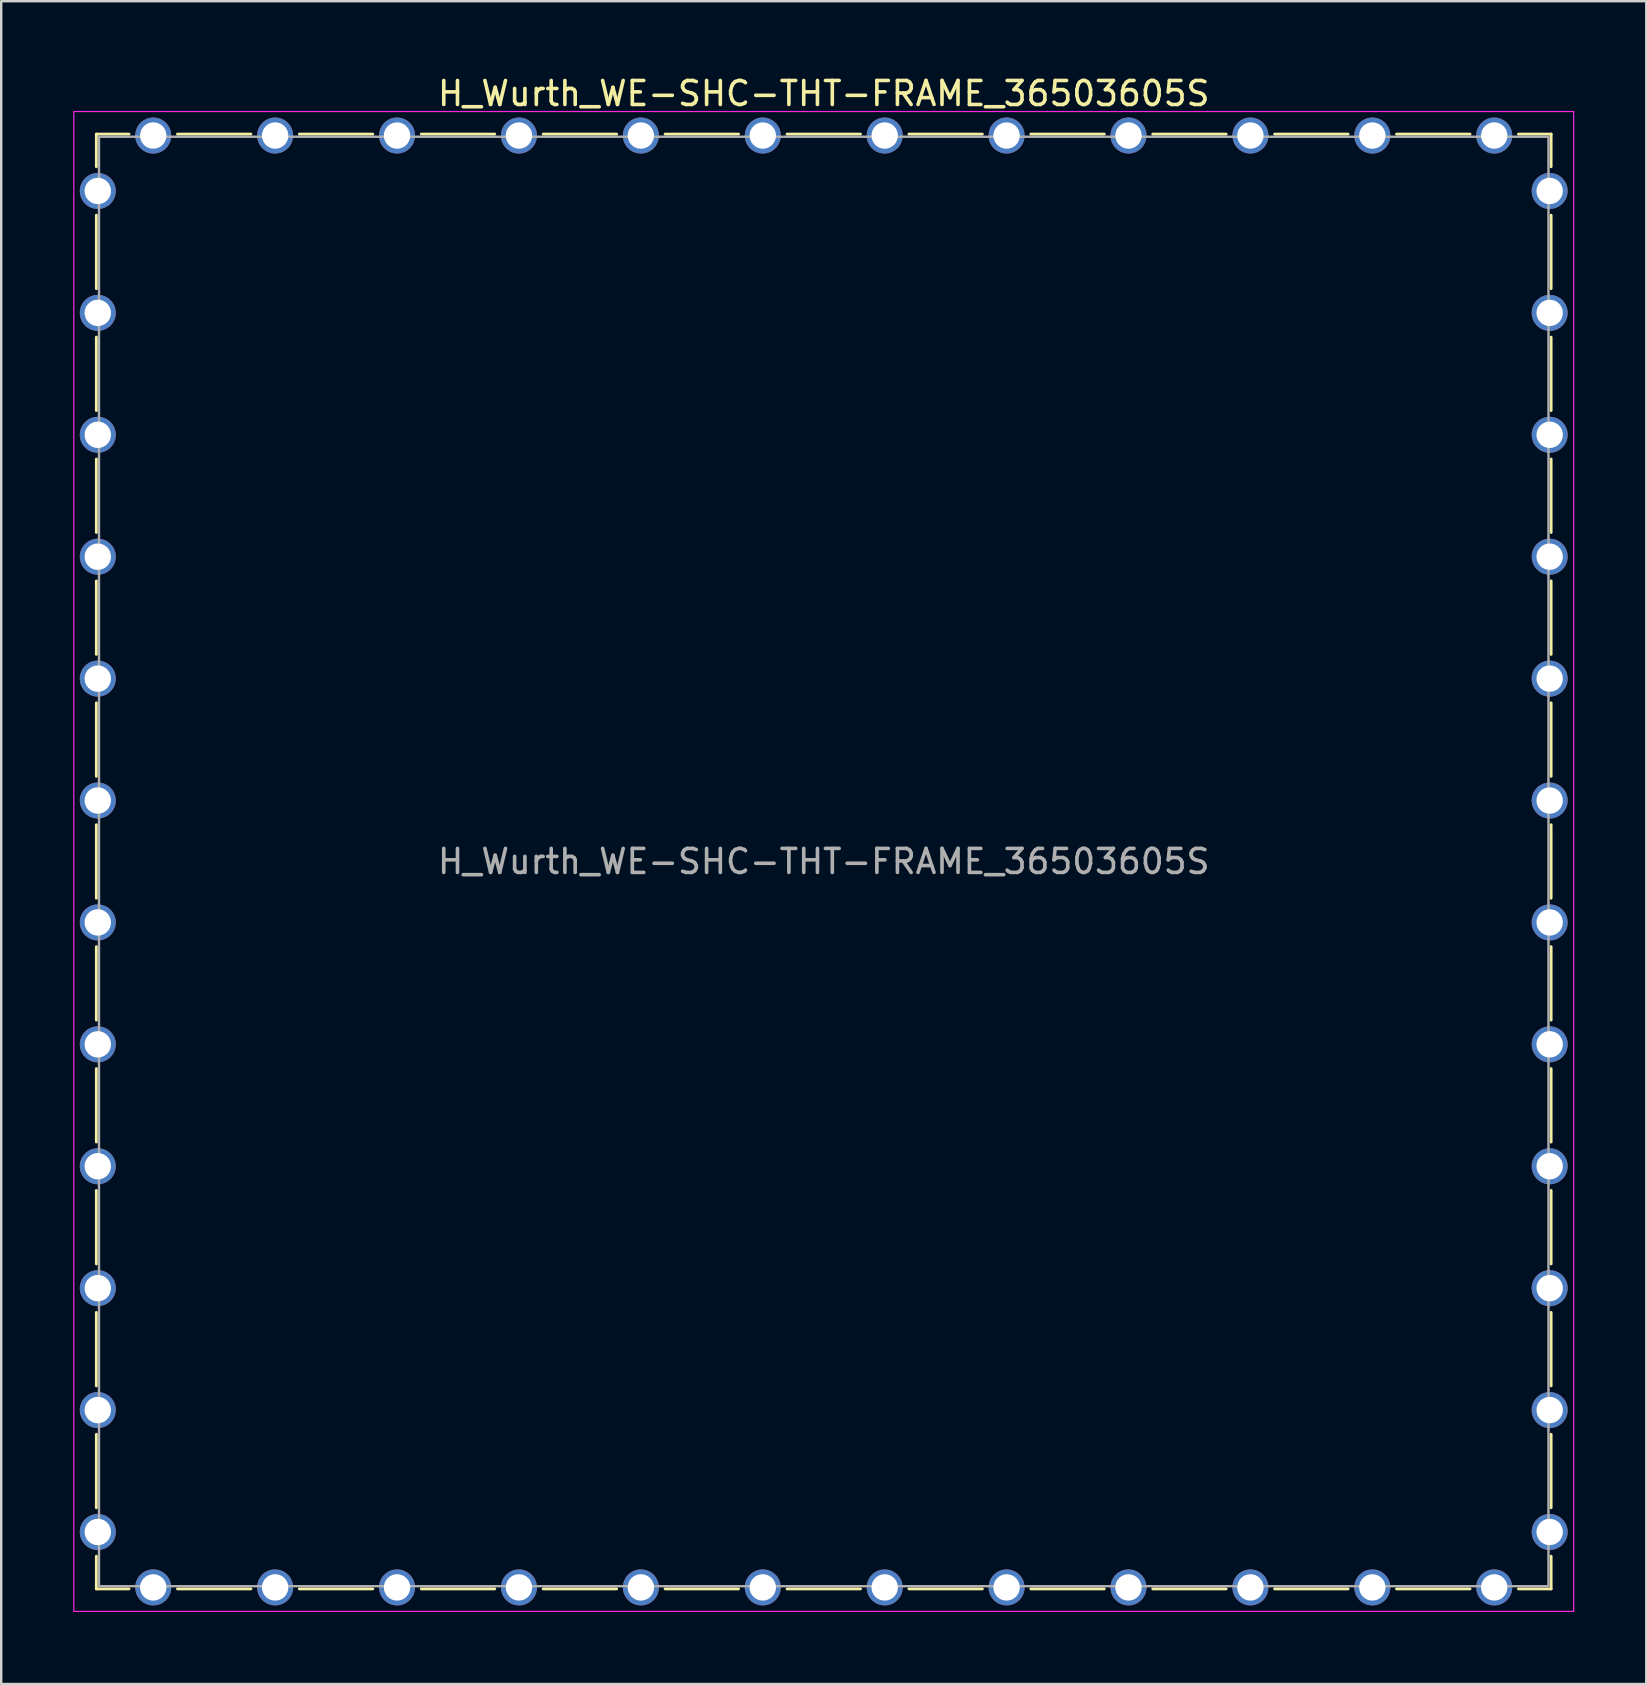
<source format=kicad_pcb>
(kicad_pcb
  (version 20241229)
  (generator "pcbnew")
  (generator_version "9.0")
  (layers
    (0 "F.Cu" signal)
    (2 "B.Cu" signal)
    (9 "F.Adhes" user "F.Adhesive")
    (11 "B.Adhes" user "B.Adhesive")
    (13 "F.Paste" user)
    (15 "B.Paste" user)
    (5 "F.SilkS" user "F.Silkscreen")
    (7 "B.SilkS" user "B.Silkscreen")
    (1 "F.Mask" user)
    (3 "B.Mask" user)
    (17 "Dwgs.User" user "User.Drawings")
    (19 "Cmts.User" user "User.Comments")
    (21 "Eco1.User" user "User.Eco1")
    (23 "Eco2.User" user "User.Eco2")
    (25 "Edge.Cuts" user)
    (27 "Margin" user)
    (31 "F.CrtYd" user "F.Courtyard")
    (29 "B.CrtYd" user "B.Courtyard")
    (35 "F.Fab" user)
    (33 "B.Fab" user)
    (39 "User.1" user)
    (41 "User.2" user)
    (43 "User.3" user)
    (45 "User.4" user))
  (footprint "H_Wurth_WE-SHC-THT-FRAME_36503605S"
    (layer "F.Cu")
    (at 31.275 32.848)
    (property "Reference" "H_Wurth_WE-SHC-THT-FRAME_36503605S" (at 0 -32 0) (unlocked yes) (layer "F.SilkS") (effects (font (size 1 1) (thickness 0.15))))
    (attr smd)
    (fp_line (start -30.31 -30.31) (end -30.31 -28.95) (stroke (width 0.12) (type default)) (layer "F.SilkS"))
    (fp_line (start -30.31 -23.87) (end -30.31 -26.93) (stroke (width 0.12) (type default)) (layer "F.SilkS"))
    (fp_line (start -30.31 -18.79) (end -30.31 -21.85) (stroke (width 0.12) (type default)) (layer "F.SilkS"))
    (fp_line (start -30.31 -13.71) (end -30.31 -16.77) (stroke (width 0.12) (type default)) (layer "F.SilkS"))
    (fp_line (start -30.31 -8.63) (end -30.31 -11.69) (stroke (width 0.12) (type default)) (layer "F.SilkS"))
    (fp_line (start -30.31 -3.55) (end -30.31 -6.61) (stroke (width 0.12) (type default)) (layer "F.SilkS"))
    (fp_line (start -30.31 1.53) (end -30.31 -1.53) (stroke (width 0.12) (type default)) (layer "F.SilkS"))
    (fp_line (start -30.31 6.61) (end -30.31 3.55) (stroke (width 0.12) (type default)) (layer "F.SilkS"))
    (fp_line (start -30.31 11.69) (end -30.31 8.63) (stroke (width 0.12) (type default)) (layer "F.SilkS"))
    (fp_line (start -30.31 16.77) (end -30.31 13.71) (stroke (width 0.12) (type default)) (layer "F.SilkS"))
    (fp_line (start -30.31 21.85) (end -30.31 18.79) (stroke (width 0.12) (type default)) (layer "F.SilkS"))
    (fp_line (start -30.31 26.93) (end -30.31 23.87) (stroke (width 0.12) (type default)) (layer "F.SilkS"))
    (fp_line (start -30.31 30.31) (end -30.31 28.95) (stroke (width 0.12) (type default)) (layer "F.SilkS"))
    (fp_line (start -28.95 -30.31) (end -30.31 -30.31) (stroke (width 0.12) (type default)) (layer "F.SilkS"))
    (fp_line (start -28.95 30.31) (end -30.31 30.31) (stroke (width 0.12) (type default)) (layer "F.SilkS"))
    (fp_line (start -26.93 -30.31) (end -23.87 -30.31) (stroke (width 0.12) (type default)) (layer "F.SilkS"))
    (fp_line (start -26.93 30.31) (end -23.87 30.31) (stroke (width 0.12) (type default)) (layer "F.SilkS"))
    (fp_line (start -21.85 -30.31) (end -18.79 -30.31) (stroke (width 0.12) (type default)) (layer "F.SilkS"))
    (fp_line (start -21.85 30.31) (end -18.79 30.31) (stroke (width 0.12) (type default)) (layer "F.SilkS"))
    (fp_line (start -16.77 -30.31) (end -13.71 -30.31) (stroke (width 0.12) (type default)) (layer "F.SilkS"))
    (fp_line (start -16.77 30.31) (end -13.71 30.31) (stroke (width 0.12) (type default)) (layer "F.SilkS"))
    (fp_line (start -11.69 -30.31) (end -8.63 -30.31) (stroke (width 0.12) (type default)) (layer "F.SilkS"))
    (fp_line (start -11.69 30.31) (end -8.63 30.31) (stroke (width 0.12) (type default)) (layer "F.SilkS"))
    (fp_line (start -6.61 -30.31) (end -3.55 -30.31) (stroke (width 0.12) (type default)) (layer "F.SilkS"))
    (fp_line (start -6.61 30.31) (end -3.55 30.31) (stroke (width 0.12) (type default)) (layer "F.SilkS"))
    (fp_line (start -1.53 -30.31) (end 1.53 -30.31) (stroke (width 0.12) (type default)) (layer "F.SilkS"))
    (fp_line (start -1.53 30.31) (end 1.53 30.31) (stroke (width 0.12) (type default)) (layer "F.SilkS"))
    (fp_line (start 3.55 -30.31) (end 6.61 -30.31) (stroke (width 0.12) (type default)) (layer "F.SilkS"))
    (fp_line (start 3.55 30.31) (end 6.61 30.31) (stroke (width 0.12) (type default)) (layer "F.SilkS"))
    (fp_line (start 8.63 -30.31) (end 11.69 -30.31) (stroke (width 0.12) (type default)) (layer "F.SilkS"))
    (fp_line (start 8.63 30.31) (end 11.69 30.31) (stroke (width 0.12) (type default)) (layer "F.SilkS"))
    (fp_line (start 13.71 -30.31) (end 16.77 -30.31) (stroke (width 0.12) (type default)) (layer "F.SilkS"))
    (fp_line (start 13.71 30.31) (end 16.77 30.31) (stroke (width 0.12) (type default)) (layer "F.SilkS"))
    (fp_line (start 18.79 -30.31) (end 21.85 -30.31) (stroke (width 0.12) (type default)) (layer "F.SilkS"))
    (fp_line (start 18.79 30.31) (end 21.85 30.31) (stroke (width 0.12) (type default)) (layer "F.SilkS"))
    (fp_line (start 23.87 -30.31) (end 26.93 -30.31) (stroke (width 0.12) (type default)) (layer "F.SilkS"))
    (fp_line (start 23.87 30.31) (end 26.93 30.31) (stroke (width 0.12) (type default)) (layer "F.SilkS"))
    (fp_line (start 28.95 -30.31) (end 30.31 -30.31) (stroke (width 0.12) (type default)) (layer "F.SilkS"))
    (fp_line (start 28.95 30.31) (end 30.31 30.31) (stroke (width 0.12) (type default)) (layer "F.SilkS"))
    (fp_line (start 30.31 -30.31) (end 30.31 -28.95) (stroke (width 0.12) (type default)) (layer "F.SilkS"))
    (fp_line (start 30.31 -23.87) (end 30.31 -26.93) (stroke (width 0.12) (type default)) (layer "F.SilkS"))
    (fp_line (start 30.31 -18.79) (end 30.31 -21.85) (stroke (width 0.12) (type default)) (layer "F.SilkS"))
    (fp_line (start 30.31 -13.71) (end 30.31 -16.77) (stroke (width 0.12) (type default)) (layer "F.SilkS"))
    (fp_line (start 30.31 -8.63) (end 30.31 -11.69) (stroke (width 0.12) (type default)) (layer "F.SilkS"))
    (fp_line (start 30.31 -3.55) (end 30.31 -6.61) (stroke (width 0.12) (type default)) (layer "F.SilkS"))
    (fp_line (start 30.31 1.53) (end 30.31 -1.53) (stroke (width 0.12) (type default)) (layer "F.SilkS"))
    (fp_line (start 30.31 6.61) (end 30.31 3.55) (stroke (width 0.12) (type default)) (layer "F.SilkS"))
    (fp_line (start 30.31 11.69) (end 30.31 8.63) (stroke (width 0.12) (type default)) (layer "F.SilkS"))
    (fp_line (start 30.31 16.77) (end 30.31 13.71) (stroke (width 0.12) (type default)) (layer "F.SilkS"))
    (fp_line (start 30.31 21.85) (end 30.31 18.79) (stroke (width 0.12) (type default)) (layer "F.SilkS"))
    (fp_line (start 30.31 26.93) (end 30.31 23.87) (stroke (width 0.12) (type default)) (layer "F.SilkS"))
    (fp_line (start 30.31 30.31) (end 30.31 28.95) (stroke (width 0.12) (type default)) (layer "F.SilkS"))
    (fp_rect (start -31.25 -31.25) (end 31.25 31.25) (stroke (width 0.05) (type solid)) (fill no) (layer "F.CrtYd"))
    (fp_rect (start -30.2 -30.2) (end 30.2 30.2) (stroke (width 0.1) (type solid)) (fill no) (layer "F.Fab"))
    (fp_text user "${REFERENCE}" (at 0 0 0) (unlocked yes) (layer "F.Fab") (effects (font (size 1 1) (thickness 0.15))))
    (pad "1" thru_hole circle (at -30.25 -27.94) (size 1.5 1.5) (drill 1.1) (layers "*.Cu" "*.Mask"))
    (pad "1" thru_hole circle (at -30.25 -22.86) (size 1.5 1.5) (drill 1.1) (layers "*.Cu" "*.Mask"))
    (pad "1" thru_hole circle (at -30.25 -17.78) (size 1.5 1.5) (drill 1.1) (layers "*.Cu" "*.Mask"))
    (pad "1" thru_hole circle (at -30.25 -12.7) (size 1.5 1.5) (drill 1.1) (layers "*.Cu" "*.Mask"))
    (pad "1" thru_hole circle (at -30.25 -7.62) (size 1.5 1.5) (drill 1.1) (layers "*.Cu" "*.Mask"))
    (pad "1" thru_hole circle (at -30.25 -2.54) (size 1.5 1.5) (drill 1.1) (layers "*.Cu" "*.Mask"))
    (pad "1" thru_hole circle (at -30.25 2.54) (size 1.5 1.5) (drill 1.1) (layers "*.Cu" "*.Mask"))
    (pad "1" thru_hole circle (at -30.25 7.62) (size 1.5 1.5) (drill 1.1) (layers "*.Cu" "*.Mask"))
    (pad "1" thru_hole circle (at -30.25 12.7) (size 1.5 1.5) (drill 1.1) (layers "*.Cu" "*.Mask"))
    (pad "1" thru_hole circle (at -30.25 17.78) (size 1.5 1.5) (drill 1.1) (layers "*.Cu" "*.Mask"))
    (pad "1" thru_hole circle (at -30.25 22.86) (size 1.5 1.5) (drill 1.1) (layers "*.Cu" "*.Mask"))
    (pad "1" thru_hole circle (at -30.25 27.94) (size 1.5 1.5) (drill 1.1) (layers "*.Cu" "*.Mask"))
    (pad "1" thru_hole circle (at -27.94 -30.25) (size 1.5 1.5) (drill 1.1) (layers "*.Cu" "*.Mask"))
    (pad "1" thru_hole circle (at -27.94 30.25) (size 1.5 1.5) (drill 1.1) (layers "*.Cu" "*.Mask"))
    (pad "1" thru_hole circle (at -22.86 -30.25) (size 1.5 1.5) (drill 1.1) (layers "*.Cu" "*.Mask"))
    (pad "1" thru_hole circle (at -22.86 30.25) (size 1.5 1.5) (drill 1.1) (layers "*.Cu" "*.Mask"))
    (pad "1" thru_hole circle (at -17.78 -30.25) (size 1.5 1.5) (drill 1.1) (layers "*.Cu" "*.Mask"))
    (pad "1" thru_hole circle (at -17.78 30.25) (size 1.5 1.5) (drill 1.1) (layers "*.Cu" "*.Mask"))
    (pad "1" thru_hole circle (at -12.7 -30.25) (size 1.5 1.5) (drill 1.1) (layers "*.Cu" "*.Mask"))
    (pad "1" thru_hole circle (at -12.7 30.25) (size 1.5 1.5) (drill 1.1) (layers "*.Cu" "*.Mask"))
    (pad "1" thru_hole circle (at -7.62 -30.25) (size 1.5 1.5) (drill 1.1) (layers "*.Cu" "*.Mask"))
    (pad "1" thru_hole circle (at -7.62 30.25) (size 1.5 1.5) (drill 1.1) (layers "*.Cu" "*.Mask"))
    (pad "1" thru_hole circle (at -2.54 -30.25) (size 1.5 1.5) (drill 1.1) (layers "*.Cu" "*.Mask"))
    (pad "1" thru_hole circle (at -2.54 30.25) (size 1.5 1.5) (drill 1.1) (layers "*.Cu" "*.Mask"))
    (pad "1" thru_hole circle (at 2.54 -30.25) (size 1.5 1.5) (drill 1.1) (layers "*.Cu" "*.Mask"))
    (pad "1" thru_hole circle (at 2.54 30.25) (size 1.5 1.5) (drill 1.1) (layers "*.Cu" "*.Mask"))
    (pad "1" thru_hole circle (at 7.62 -30.25) (size 1.5 1.5) (drill 1.1) (layers "*.Cu" "*.Mask"))
    (pad "1" thru_hole circle (at 7.62 30.25) (size 1.5 1.5) (drill 1.1) (layers "*.Cu" "*.Mask"))
    (pad "1" thru_hole circle (at 12.7 -30.25) (size 1.5 1.5) (drill 1.1) (layers "*.Cu" "*.Mask"))
    (pad "1" thru_hole circle (at 12.7 30.25) (size 1.5 1.5) (drill 1.1) (layers "*.Cu" "*.Mask"))
    (pad "1" thru_hole circle (at 17.78 -30.25) (size 1.5 1.5) (drill 1.1) (layers "*.Cu" "*.Mask"))
    (pad "1" thru_hole circle (at 17.78 30.25) (size 1.5 1.5) (drill 1.1) (layers "*.Cu" "*.Mask"))
    (pad "1" thru_hole circle (at 22.86 -30.25) (size 1.5 1.5) (drill 1.1) (layers "*.Cu" "*.Mask"))
    (pad "1" thru_hole circle (at 22.86 30.25) (size 1.5 1.5) (drill 1.1) (layers "*.Cu" "*.Mask"))
    (pad "1" thru_hole circle (at 27.94 -30.25) (size 1.5 1.5) (drill 1.1) (layers "*.Cu" "*.Mask"))
    (pad "1" thru_hole circle (at 27.94 30.25) (size 1.5 1.5) (drill 1.1) (layers "*.Cu" "*.Mask"))
    (pad "1" thru_hole circle (at 30.25 -27.94) (size 1.5 1.5) (drill 1.1) (layers "*.Cu" "*.Mask"))
    (pad "1" thru_hole circle (at 30.25 -22.86) (size 1.5 1.5) (drill 1.1) (layers "*.Cu" "*.Mask"))
    (pad "1" thru_hole circle (at 30.25 -17.78) (size 1.5 1.5) (drill 1.1) (layers "*.Cu" "*.Mask"))
    (pad "1" thru_hole circle (at 30.25 -12.7) (size 1.5 1.5) (drill 1.1) (layers "*.Cu" "*.Mask"))
    (pad "1" thru_hole circle (at 30.25 -7.62) (size 1.5 1.5) (drill 1.1) (layers "*.Cu" "*.Mask"))
    (pad "1" thru_hole circle (at 30.25 -2.54) (size 1.5 1.5) (drill 1.1) (layers "*.Cu" "*.Mask"))
    (pad "1" thru_hole circle (at 30.25 2.54) (size 1.5 1.5) (drill 1.1) (layers "*.Cu" "*.Mask"))
    (pad "1" thru_hole circle (at 30.25 7.62) (size 1.5 1.5) (drill 1.1) (layers "*.Cu" "*.Mask"))
    (pad "1" thru_hole circle (at 30.25 12.7) (size 1.5 1.5) (drill 1.1) (layers "*.Cu" "*.Mask"))
    (pad "1" thru_hole circle (at 30.25 17.78) (size 1.5 1.5) (drill 1.1) (layers "*.Cu" "*.Mask"))
    (pad "1" thru_hole circle (at 30.25 22.86) (size 1.5 1.5) (drill 1.1) (layers "*.Cu" "*.Mask"))
    (pad "1" thru_hole circle (at 30.25 27.94) (size 1.5 1.5) (drill 1.1) (layers "*.Cu" "*.Mask")))
  (gr_rect
    (start -3 -3)
    (end 65.55 67.123)
    (stroke (width 0.1) (type default))
    (fill no)
    (layer "Edge.Cuts")))
</source>
